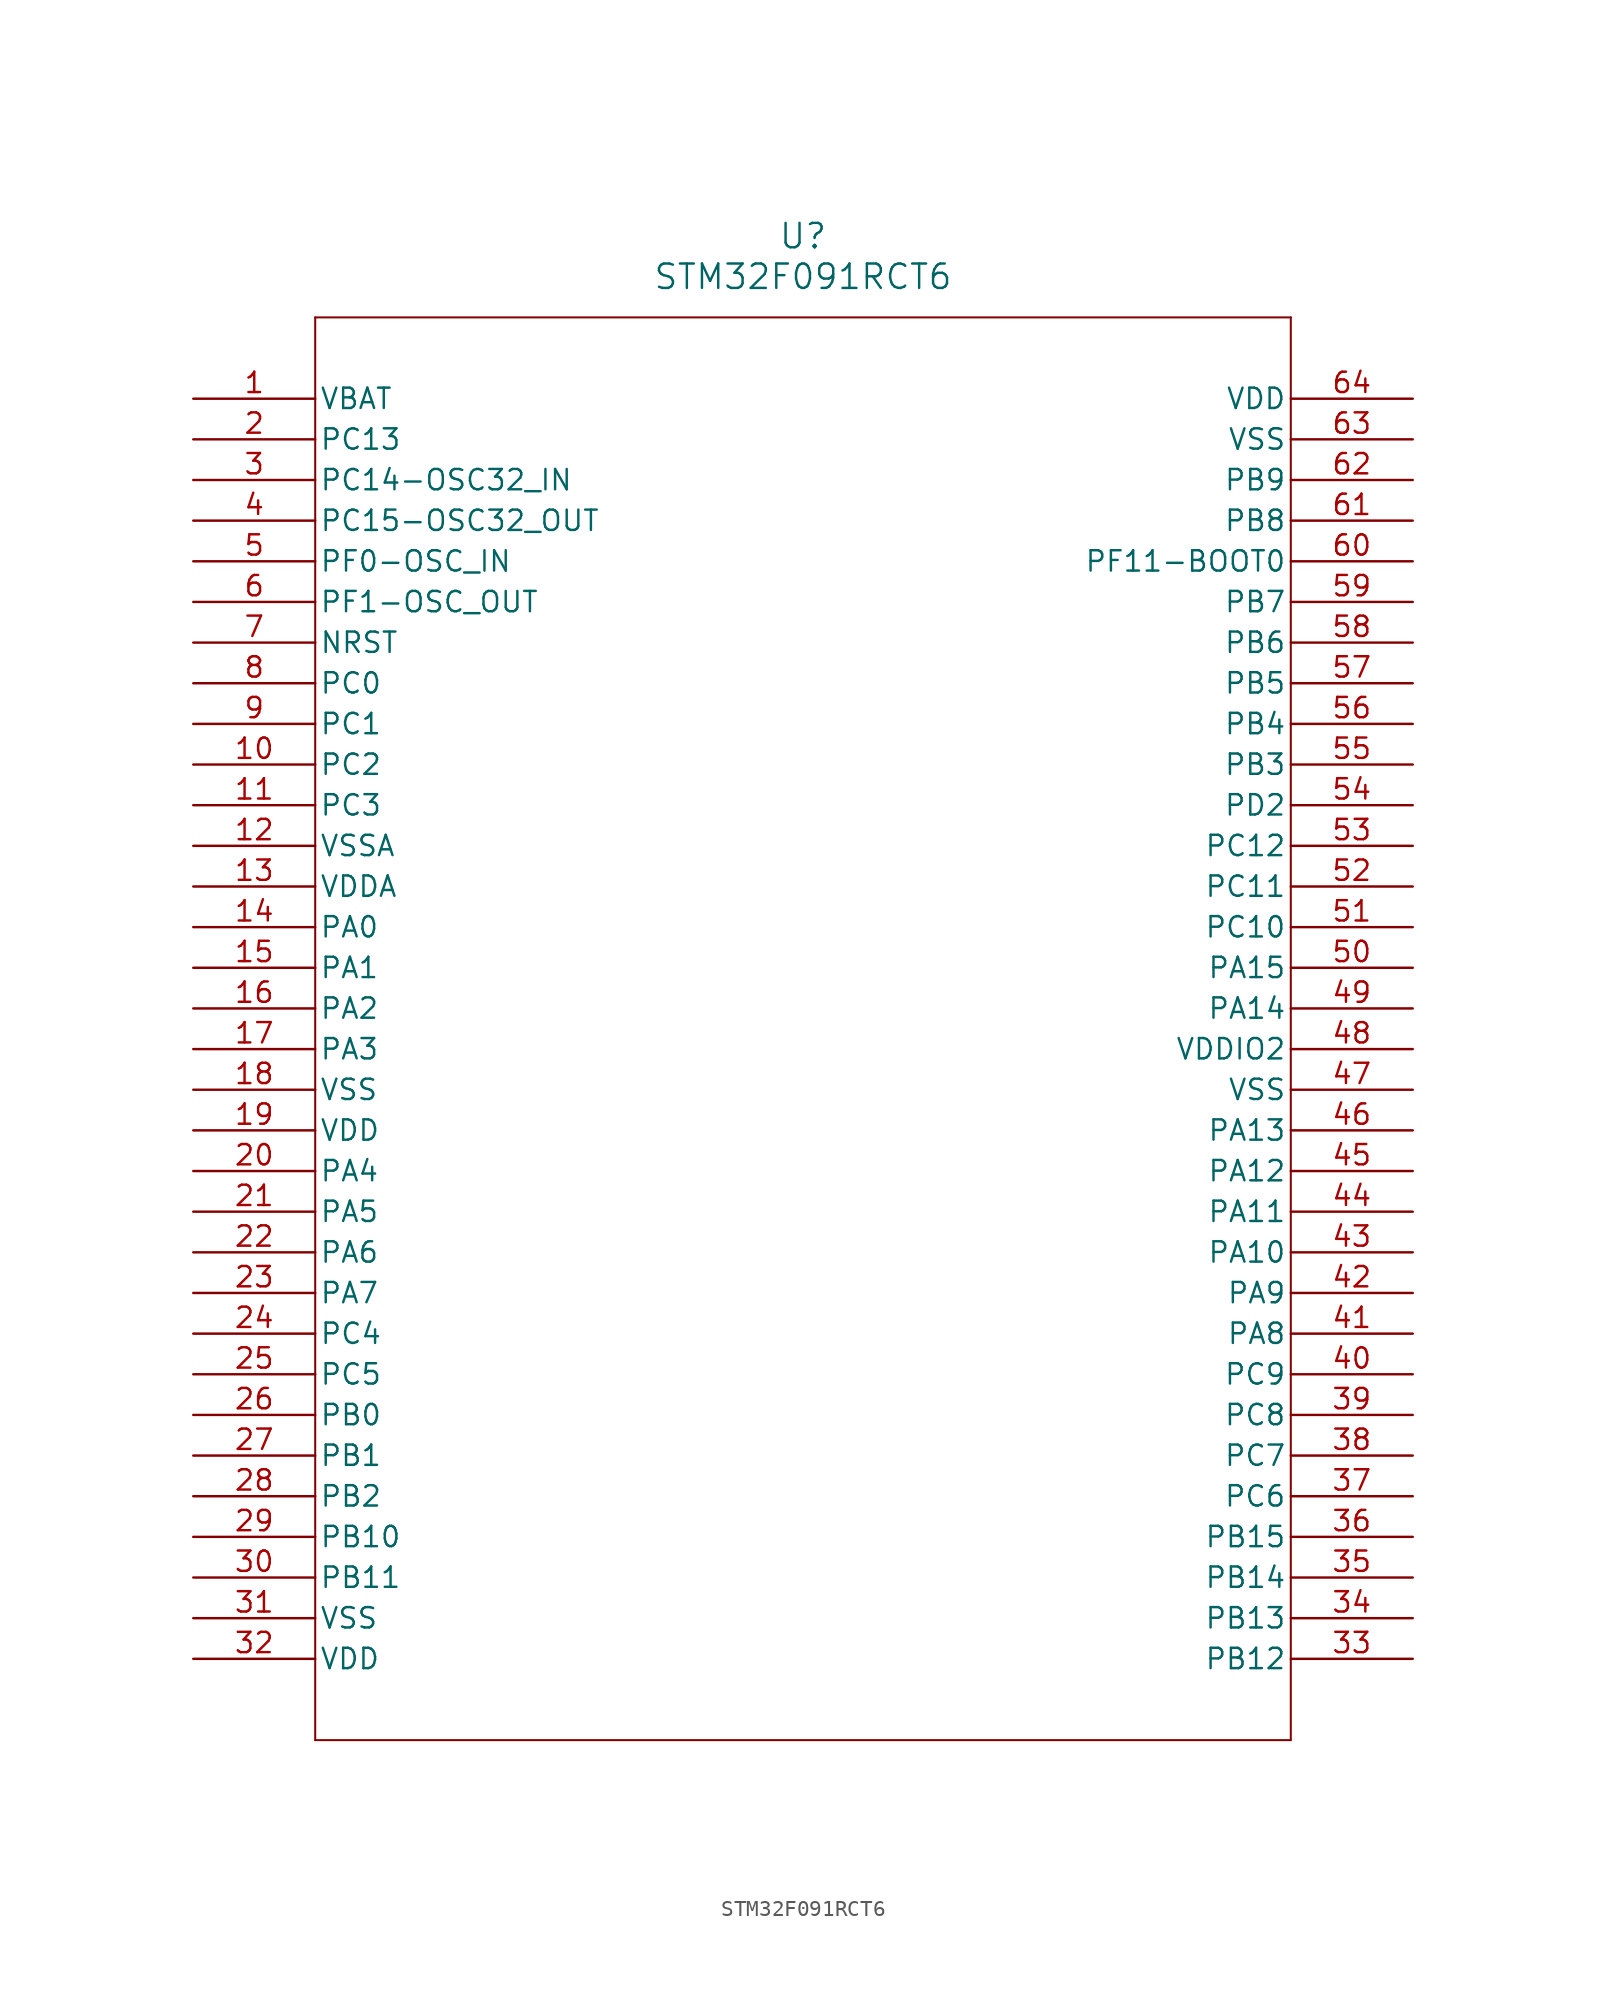
<source format=kicad_sym>
(kicad_symbol_lib
  (version 20211014)
  (generator kicad_symbol_editor)
  (symbol "STM32F091RCT6"
    (pin_names
      (offset 0.254))
    (property "Reference" "U"
      (at 38.1 10.16 0)
      (effects (font (size 1.524 1.524))))
    (property "Value" "STM32F091RCT6"
      (at 38.1 7.62 0)
      (effects (font (size 1.524 1.524))))
    (symbol "STM32F091RCT6_0_1"
      (polyline (pts (xy 7.62 5.08) (xy 7.62 -83.82)) (stroke (width 0.127) (type default) (color 0 0 0 0)) (fill (type none)))
      (polyline (pts (xy 7.62 -83.82) (xy 68.58 -83.82)) (stroke (width 0.127) (type default) (color 0 0 0 0)) (fill (type none)))
      (polyline (pts (xy 68.58 -83.82) (xy 68.58 5.08)) (stroke (width 0.127) (type default) (color 0 0 0 0)) (fill (type none)))
      (polyline (pts (xy 68.58 5.08) (xy 7.62 5.08)) (stroke (width 0.127) (type default) (color 0 0 0 0)) (fill (type none)))
      (pin power_in line (at 0 0 0) (length 7.62) (name "VBAT" (effects (font (size 1.27 1.27)))) (number "1" (effects (font (size 1.27 1.27)))))
      (pin bidirectional line (at 0 -2.54 0) (length 7.62) (name "PC13" (effects (font (size 1.27 1.27)))) (number "2" (effects (font (size 1.27 1.27)))))
      (pin bidirectional line (at 0 -5.08 0) (length 7.62) (name "PC14-OSC32_IN" (effects (font (size 1.27 1.27)))) (number "3" (effects (font (size 1.27 1.27)))))
      (pin bidirectional line (at 0 -7.62 0) (length 7.62) (name "PC15-OSC32_OUT" (effects (font (size 1.27 1.27)))) (number "4" (effects (font (size 1.27 1.27)))))
      (pin bidirectional line (at 0 -10.16 0) (length 7.62) (name "PF0-OSC_IN" (effects (font (size 1.27 1.27)))) (number "5" (effects (font (size 1.27 1.27)))))
      (pin bidirectional line (at 0 -12.7 0) (length 7.62) (name "PF1-OSC_OUT" (effects (font (size 1.27 1.27)))) (number "6" (effects (font (size 1.27 1.27)))))
      (pin bidirectional line (at 0 -15.24 0) (length 7.62) (name "NRST" (effects (font (size 1.27 1.27)))) (number "7" (effects (font (size 1.27 1.27)))))
      (pin bidirectional line (at 0 -17.78 0) (length 7.62) (name "PC0" (effects (font (size 1.27 1.27)))) (number "8" (effects (font (size 1.27 1.27)))))
      (pin bidirectional line (at 0 -20.32 0) (length 7.62) (name "PC1" (effects (font (size 1.27 1.27)))) (number "9" (effects (font (size 1.27 1.27)))))
      (pin bidirectional line (at 0 -22.86 0) (length 7.62) (name "PC2" (effects (font (size 1.27 1.27)))) (number "10" (effects (font (size 1.27 1.27)))))
      (pin bidirectional line (at 0 -25.4 0) (length 7.62) (name "PC3" (effects (font (size 1.27 1.27)))) (number "11" (effects (font (size 1.27 1.27)))))
      (pin power_in line (at 0 -27.94 0) (length 7.62) (name "VSSA" (effects (font (size 1.27 1.27)))) (number "12" (effects (font (size 1.27 1.27)))))
      (pin power_in line (at 0 -30.48 0) (length 7.62) (name "VDDA" (effects (font (size 1.27 1.27)))) (number "13" (effects (font (size 1.27 1.27)))))
      (pin bidirectional line (at 0 -33.02 0) (length 7.62) (name "PA0" (effects (font (size 1.27 1.27)))) (number "14" (effects (font (size 1.27 1.27)))))
      (pin bidirectional line (at 0 -35.56 0) (length 7.62) (name "PA1" (effects (font (size 1.27 1.27)))) (number "15" (effects (font (size 1.27 1.27)))))
      (pin bidirectional line (at 0 -38.1 0) (length 7.62) (name "PA2" (effects (font (size 1.27 1.27)))) (number "16" (effects (font (size 1.27 1.27)))))
      (pin bidirectional line (at 0 -40.64 0) (length 7.62) (name "PA3" (effects (font (size 1.27 1.27)))) (number "17" (effects (font (size 1.27 1.27)))))
      (pin power_in line (at 0 -43.18 0) (length 7.62) (name "VSS" (effects (font (size 1.27 1.27)))) (number "18" (effects (font (size 1.27 1.27)))))
      (pin power_in line (at 0 -45.72 0) (length 7.62) (name "VDD" (effects (font (size 1.27 1.27)))) (number "19" (effects (font (size 1.27 1.27)))))
      (pin bidirectional line (at 0 -48.26 0) (length 7.62) (name "PA4" (effects (font (size 1.27 1.27)))) (number "20" (effects (font (size 1.27 1.27)))))
      (pin bidirectional line (at 0 -50.8 0) (length 7.62) (name "PA5" (effects (font (size 1.27 1.27)))) (number "21" (effects (font (size 1.27 1.27)))))
      (pin bidirectional line (at 0 -53.34 0) (length 7.62) (name "PA6" (effects (font (size 1.27 1.27)))) (number "22" (effects (font (size 1.27 1.27)))))
      (pin bidirectional line (at 0 -55.88 0) (length 7.62) (name "PA7" (effects (font (size 1.27 1.27)))) (number "23" (effects (font (size 1.27 1.27)))))
      (pin bidirectional line (at 0 -58.42 0) (length 7.62) (name "PC4" (effects (font (size 1.27 1.27)))) (number "24" (effects (font (size 1.27 1.27)))))
      (pin bidirectional line (at 0 -60.96 0) (length 7.62) (name "PC5" (effects (font (size 1.27 1.27)))) (number "25" (effects (font (size 1.27 1.27)))))
      (pin bidirectional line (at 0 -63.5 0) (length 7.62) (name "PB0" (effects (font (size 1.27 1.27)))) (number "26" (effects (font (size 1.27 1.27)))))
      (pin bidirectional line (at 0 -66.04 0) (length 7.62) (name "PB1" (effects (font (size 1.27 1.27)))) (number "27" (effects (font (size 1.27 1.27)))))
      (pin bidirectional line (at 0 -68.58 0) (length 7.62) (name "PB2" (effects (font (size 1.27 1.27)))) (number "28" (effects (font (size 1.27 1.27)))))
      (pin bidirectional line (at 0 -71.12 0) (length 7.62) (name "PB10" (effects (font (size 1.27 1.27)))) (number "29" (effects (font (size 1.27 1.27)))))
      (pin bidirectional line (at 0 -73.66 0) (length 7.62) (name "PB11" (effects (font (size 1.27 1.27)))) (number "30" (effects (font (size 1.27 1.27)))))
      (pin power_in line (at 0 -76.2 0) (length 7.62) (name "VSS" (effects (font (size 1.27 1.27)))) (number "31" (effects (font (size 1.27 1.27)))))
      (pin power_in line (at 0 -78.74 0) (length 7.62) (name "VDD" (effects (font (size 1.27 1.27)))) (number "32" (effects (font (size 1.27 1.27)))))
      (pin bidirectional line (at 76.2 -78.74 180) (length 7.62) (name "PB12" (effects (font (size 1.27 1.27)))) (number "33" (effects (font (size 1.27 1.27)))))
      (pin bidirectional line (at 76.2 -76.2 180) (length 7.62) (name "PB13" (effects (font (size 1.27 1.27)))) (number "34" (effects (font (size 1.27 1.27)))))
      (pin bidirectional line (at 76.2 -73.66 180) (length 7.62) (name "PB14" (effects (font (size 1.27 1.27)))) (number "35" (effects (font (size 1.27 1.27)))))
      (pin bidirectional line (at 76.2 -71.12 180) (length 7.62) (name "PB15" (effects (font (size 1.27 1.27)))) (number "36" (effects (font (size 1.27 1.27)))))
      (pin bidirectional line (at 76.2 -68.58 180) (length 7.62) (name "PC6" (effects (font (size 1.27 1.27)))) (number "37" (effects (font (size 1.27 1.27)))))
      (pin bidirectional line (at 76.2 -66.04 180) (length 7.62) (name "PC7" (effects (font (size 1.27 1.27)))) (number "38" (effects (font (size 1.27 1.27)))))
      (pin bidirectional line (at 76.2 -63.5 180) (length 7.62) (name "PC8" (effects (font (size 1.27 1.27)))) (number "39" (effects (font (size 1.27 1.27)))))
      (pin bidirectional line (at 76.2 -60.96 180) (length 7.62) (name "PC9" (effects (font (size 1.27 1.27)))) (number "40" (effects (font (size 1.27 1.27)))))
      (pin bidirectional line (at 76.2 -58.42 180) (length 7.62) (name "PA8" (effects (font (size 1.27 1.27)))) (number "41" (effects (font (size 1.27 1.27)))))
      (pin bidirectional line (at 76.2 -55.88 180) (length 7.62) (name "PA9" (effects (font (size 1.27 1.27)))) (number "42" (effects (font (size 1.27 1.27)))))
      (pin bidirectional line (at 76.2 -53.34 180) (length 7.62) (name "PA10" (effects (font (size 1.27 1.27)))) (number "43" (effects (font (size 1.27 1.27)))))
      (pin bidirectional line (at 76.2 -50.8 180) (length 7.62) (name "PA11" (effects (font (size 1.27 1.27)))) (number "44" (effects (font (size 1.27 1.27)))))
      (pin bidirectional line (at 76.2 -48.26 180) (length 7.62) (name "PA12" (effects (font (size 1.27 1.27)))) (number "45" (effects (font (size 1.27 1.27)))))
      (pin bidirectional line (at 76.2 -45.72 180) (length 7.62) (name "PA13" (effects (font (size 1.27 1.27)))) (number "46" (effects (font (size 1.27 1.27)))))
      (pin power_in line (at 76.2 -43.18 180) (length 7.62) (name "VSS" (effects (font (size 1.27 1.27)))) (number "47" (effects (font (size 1.27 1.27)))))
      (pin power_in line (at 76.2 -40.64 180) (length 7.62) (name "VDDIO2" (effects (font (size 1.27 1.27)))) (number "48" (effects (font (size 1.27 1.27)))))
      (pin bidirectional line (at 76.2 -38.1 180) (length 7.62) (name "PA14" (effects (font (size 1.27 1.27)))) (number "49" (effects (font (size 1.27 1.27)))))
      (pin bidirectional line (at 76.2 -35.56 180) (length 7.62) (name "PA15" (effects (font (size 1.27 1.27)))) (number "50" (effects (font (size 1.27 1.27)))))
      (pin bidirectional line (at 76.2 -33.02 180) (length 7.62) (name "PC10" (effects (font (size 1.27 1.27)))) (number "51" (effects (font (size 1.27 1.27)))))
      (pin bidirectional line (at 76.2 -30.48 180) (length 7.62) (name "PC11" (effects (font (size 1.27 1.27)))) (number "52" (effects (font (size 1.27 1.27)))))
      (pin bidirectional line (at 76.2 -27.94 180) (length 7.62) (name "PC12" (effects (font (size 1.27 1.27)))) (number "53" (effects (font (size 1.27 1.27)))))
      (pin bidirectional line (at 76.2 -25.4 180) (length 7.62) (name "PD2" (effects (font (size 1.27 1.27)))) (number "54" (effects (font (size 1.27 1.27)))))
      (pin bidirectional line (at 76.2 -22.86 180) (length 7.62) (name "PB3" (effects (font (size 1.27 1.27)))) (number "55" (effects (font (size 1.27 1.27)))))
      (pin bidirectional line (at 76.2 -20.32 180) (length 7.62) (name "PB4" (effects (font (size 1.27 1.27)))) (number "56" (effects (font (size 1.27 1.27)))))
      (pin bidirectional line (at 76.2 -17.78 180) (length 7.62) (name "PB5" (effects (font (size 1.27 1.27)))) (number "57" (effects (font (size 1.27 1.27)))))
      (pin bidirectional line (at 76.2 -15.24 180) (length 7.62) (name "PB6" (effects (font (size 1.27 1.27)))) (number "58" (effects (font (size 1.27 1.27)))))
      (pin bidirectional line (at 76.2 -12.7 180) (length 7.62) (name "PB7" (effects (font (size 1.27 1.27)))) (number "59" (effects (font (size 1.27 1.27)))))
      (pin bidirectional line (at 76.2 -10.16 180) (length 7.62) (name "PF11-BOOT0" (effects (font (size 1.27 1.27)))) (number "60" (effects (font (size 1.27 1.27)))))
      (pin bidirectional line (at 76.2 -7.62 180) (length 7.62) (name "PB8" (effects (font (size 1.27 1.27)))) (number "61" (effects (font (size 1.27 1.27)))))
      (pin bidirectional line (at 76.2 -5.08 180) (length 7.62) (name "PB9" (effects (font (size 1.27 1.27)))) (number "62" (effects (font (size 1.27 1.27)))))
      (pin power_in line (at 76.2 -2.54 180) (length 7.62) (name "VSS" (effects (font (size 1.27 1.27)))) (number "63" (effects (font (size 1.27 1.27)))))
      (pin power_in line (at 76.2 0 180) (length 7.62) (name "VDD" (effects (font (size 1.27 1.27)))) (number "64" (effects (font (size 1.27 1.27))))))))
</source>
